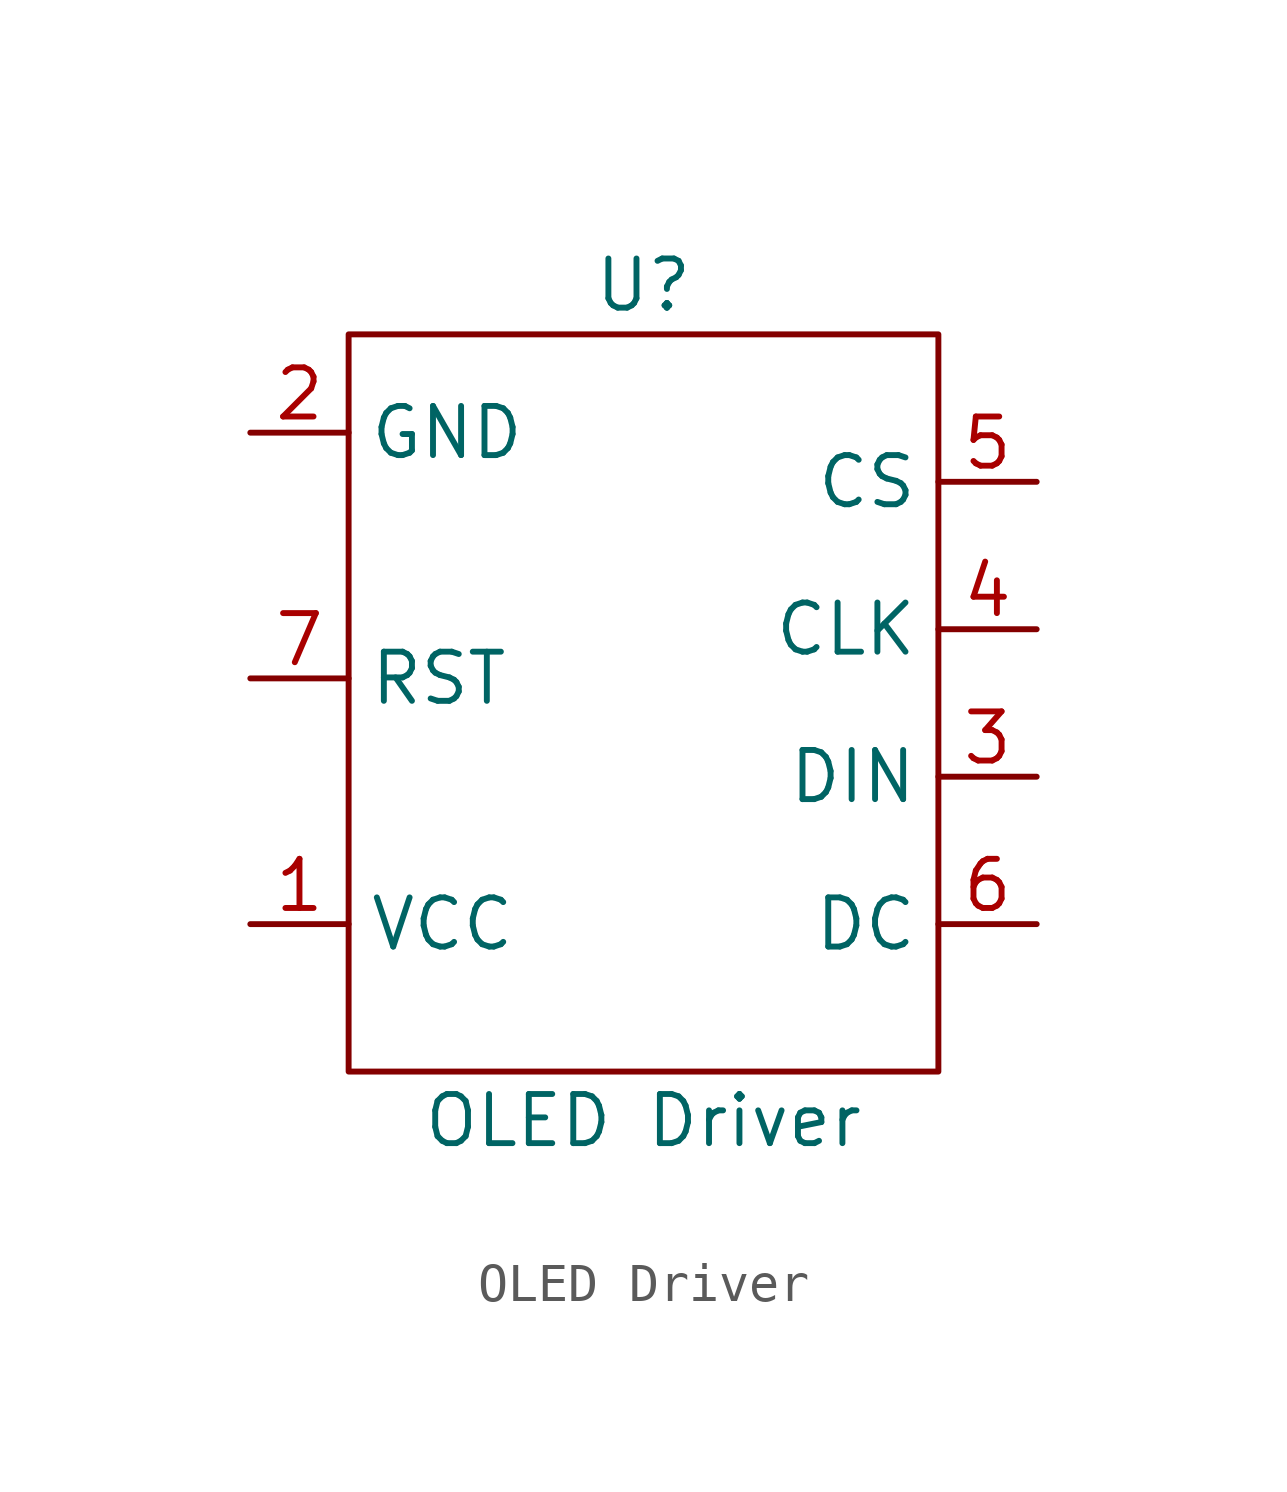
<source format=kicad_sym>
(kicad_symbol_lib
  (version 20231120)
  (generator "kicad_symbol_editor")
  (generator_version "8.0")
  (symbol "OLED Driver"
    (property "Reference" "U"
      (at 0 11.43 0)
      (effects (font (size 1.27 1.27))))
    (property "Value" "OLED Driver"
      (at 0 -10.16 0)
      (effects (font (size 1.27 1.27))))
    (symbol "OLED Driver_0_0"
      (text_box "" (at -7.62 10.16 0) (size 15.24 -19.05) (stroke (width 0) (type default)) (fill (type none)) (effects (font (size 1.27 1.27)) (justify left top))))
    (symbol "OLED Driver_1_1"
      (pin input line (at -10.16 -5.08 0) (length 2.54) (name "VCC" (effects (font (size 1.27 1.27)))) (number "1" (effects (font (size 1.27 1.27)))))
      (pin input line (at -10.16 7.62 0) (length 2.54) (name "GND" (effects (font (size 1.27 1.27)))) (number "2" (effects (font (size 1.27 1.27)))))
      (pin input line (at 10.16 -1.27 180) (length 2.54) (name "DIN" (effects (font (size 1.27 1.27)))) (number "3" (effects (font (size 1.27 1.27)))))
      (pin input line (at 10.16 2.54 180) (length 2.54) (name "CLK" (effects (font (size 1.27 1.27)))) (number "4" (effects (font (size 1.27 1.27)))))
      (pin input line (at 10.16 6.35 180) (length 2.54) (name "CS" (effects (font (size 1.27 1.27)))) (number "5" (effects (font (size 1.27 1.27)))))
      (pin input line (at 10.16 -5.08 180) (length 2.54) (name "DC" (effects (font (size 1.27 1.27)))) (number "6" (effects (font (size 1.27 1.27)))))
      (pin input line (at -10.16 1.27 0) (length 2.54) (name "RST" (effects (font (size 1.27 1.27)))) (number "7" (effects (font (size 1.27 1.27))))))))
</source>
